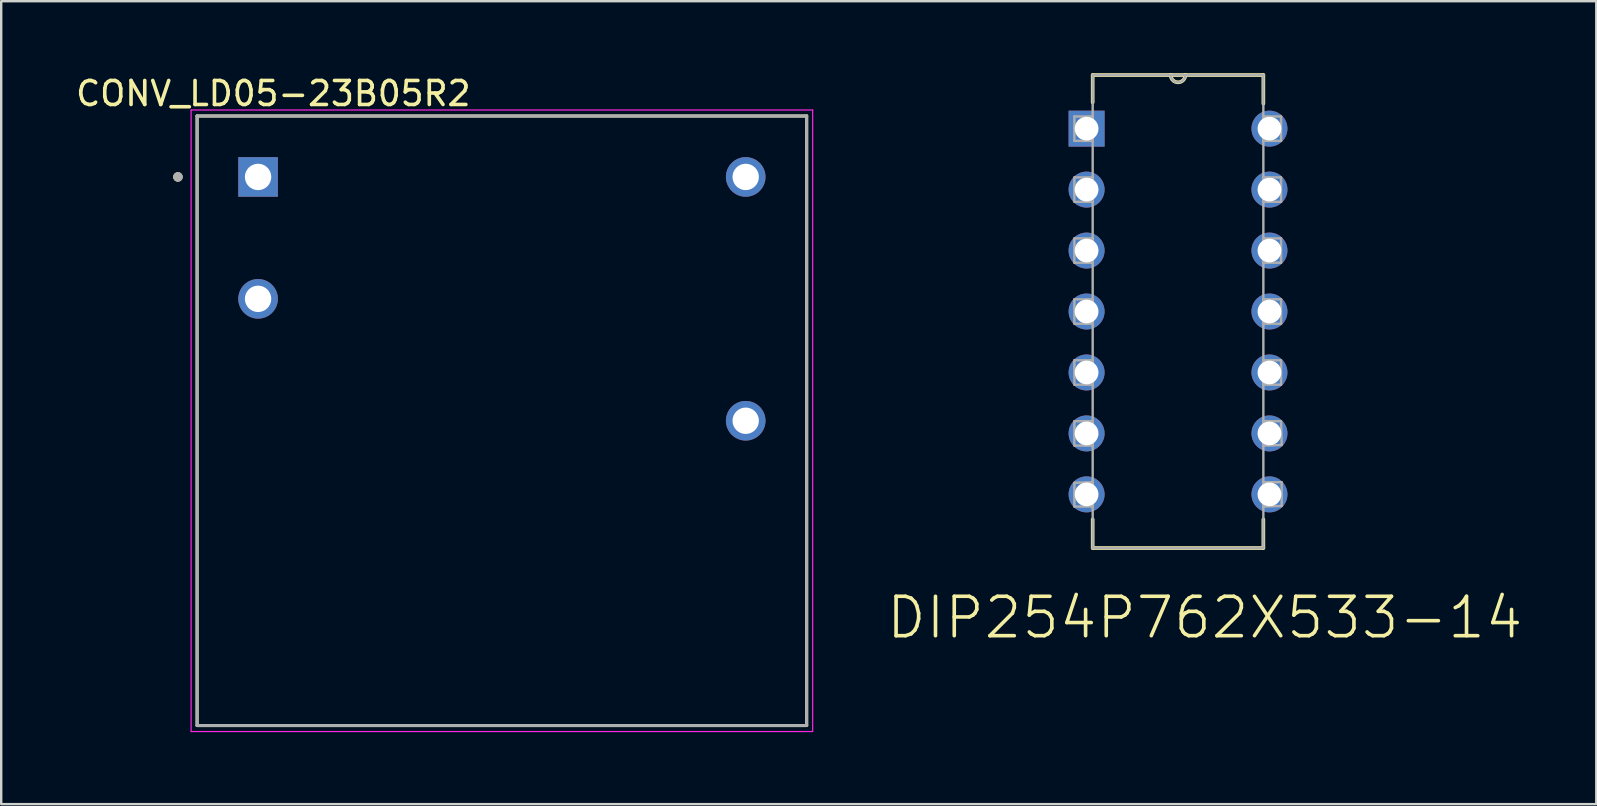
<source format=kicad_pcb>
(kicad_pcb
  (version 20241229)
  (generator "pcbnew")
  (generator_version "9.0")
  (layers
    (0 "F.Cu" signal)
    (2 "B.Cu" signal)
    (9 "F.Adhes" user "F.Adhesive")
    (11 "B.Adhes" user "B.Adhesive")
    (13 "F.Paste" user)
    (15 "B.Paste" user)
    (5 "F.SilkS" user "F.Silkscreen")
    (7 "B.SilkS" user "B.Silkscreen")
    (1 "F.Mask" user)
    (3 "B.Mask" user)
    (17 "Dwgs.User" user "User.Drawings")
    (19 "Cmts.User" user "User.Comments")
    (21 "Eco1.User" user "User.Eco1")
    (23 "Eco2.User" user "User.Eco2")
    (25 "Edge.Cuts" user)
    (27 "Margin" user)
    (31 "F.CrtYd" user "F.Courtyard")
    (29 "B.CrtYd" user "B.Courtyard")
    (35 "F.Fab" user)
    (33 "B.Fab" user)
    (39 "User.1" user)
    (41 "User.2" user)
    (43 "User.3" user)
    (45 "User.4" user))
  (footprint "CONV_LD05-23B05R2"
    (layer "F.Cu")
    (at 17.864 14.483)
    (property "Reference" "CONV_LD05-23B05R2" (at -9.525 -13.635 0) (layer "F.SilkS") (effects (font (size 1 1) (thickness 0.15))))
    (attr through_hole)
    (fp_line (start -12.7 -12.7) (end 12.7 -12.7) (stroke (width 0.127) (type solid)) (layer "F.SilkS"))
    (fp_line (start -12.7 12.7) (end -12.7 -12.7) (stroke (width 0.127) (type solid)) (layer "F.SilkS"))
    (fp_line (start 12.7 -12.7) (end 12.7 12.7) (stroke (width 0.127) (type solid)) (layer "F.SilkS"))
    (fp_line (start 12.7 12.7) (end -12.7 12.7) (stroke (width 0.127) (type solid)) (layer "F.SilkS"))
    (fp_circle (center -13.5 -10.16) (end -13.4 -10.16) (stroke (width 0.2) (type solid)) (fill no) (layer "F.SilkS"))
    (fp_line (start -12.95 -12.95) (end 12.95 -12.95) (stroke (width 0.05) (type solid)) (layer "F.CrtYd"))
    (fp_line (start -12.95 12.95) (end -12.95 -12.95) (stroke (width 0.05) (type solid)) (layer "F.CrtYd"))
    (fp_line (start 12.95 -12.95) (end 12.95 12.95) (stroke (width 0.05) (type solid)) (layer "F.CrtYd"))
    (fp_line (start 12.95 12.95) (end -12.95 12.95) (stroke (width 0.05) (type solid)) (layer "F.CrtYd"))
    (fp_line (start -12.7 -12.7) (end -12.7 12.7) (stroke (width 0.127) (type solid)) (layer "F.Fab"))
    (fp_line (start -12.7 -12.7) (end 12.7 -12.7) (stroke (width 0.127) (type solid)) (layer "F.Fab"))
    (fp_line (start -12.7 12.7) (end 12.7 12.7) (stroke (width 0.127) (type solid)) (layer "F.Fab"))
    (fp_line (start 12.7 12.7) (end 12.7 -12.7) (stroke (width 0.127) (type solid)) (layer "F.Fab"))
    (fp_circle (center -13.5 -10.16) (end -13.4 -10.16) (stroke (width 0.2) (type solid)) (fill no) (layer "F.Fab"))
    (pad "1" thru_hole rect (at -10.16 -10.16) (size 1.65 1.65) (drill 1.1) (layers "*.Cu" "*.Mask"))
    (pad "2" thru_hole circle (at -10.16 -5.08) (size 1.65 1.65) (drill 1.1) (layers "*.Cu" "*.Mask"))
    (pad "4" thru_hole circle (at 10.16 0) (size 1.65 1.65) (drill 1.1) (layers "*.Cu" "*.Mask"))
    (pad "5" thru_hole circle (at 10.16 -10.16) (size 1.65 1.65) (drill 1.1) (layers "*.Cu" "*.Mask")))
  (footprint "DIP254P762X533-14"
    (layer "F.Cu")
    (at 49.849 17.551)
    (property "Reference" "DIP254P762X533-14" (at -2.696 5.137 0) (layer "F.SilkS") (effects (font (size 1.642 1.642) (thickness 0.15))))
    (attr through_hole)
    (fp_line (start -7.366 -17.475) (end -7.366 -16.332) (stroke (width 0.152) (type solid)) (layer "F.SilkS"))
    (fp_line (start -7.366 1.041) (end -7.366 2.235) (stroke (width 0.152) (type solid)) (layer "F.SilkS"))
    (fp_line (start -7.366 2.235) (end -0.254 2.235) (stroke (width 0.152) (type solid)) (layer "F.SilkS"))
    (fp_line (start -4.115 -17.475) (end -7.366 -17.475) (stroke (width 0.152) (type solid)) (layer "F.SilkS"))
    (fp_line (start -3.505 -17.475) (end -4.115 -17.475) (stroke (width 0.152) (type solid)) (layer "F.SilkS"))
    (fp_line (start -0.254 -17.475) (end -3.505 -17.475) (stroke (width 0.152) (type solid)) (layer "F.SilkS"))
    (fp_line (start -0.254 -16.281) (end -0.254 -17.475) (stroke (width 0.152) (type solid)) (layer "F.SilkS"))
    (fp_line (start -0.254 2.235) (end -0.254 1.041) (stroke (width 0.152) (type solid)) (layer "F.SilkS"))
    (fp_arc (start -3.5052 -17.4752) (mid -3.81 -17.1704) (end -4.1148 -17.4752) (stroke (width 0.1524) (type solid)) (layer "F.SilkS"))
    (fp_line (start -8.128 -15.748) (end -8.128 -14.732) (stroke (width 0.1) (type solid)) (layer "F.Fab"))
    (fp_line (start -8.128 -14.732) (end -7.366 -14.732) (stroke (width 0.1) (type solid)) (layer "F.Fab"))
    (fp_line (start -8.128 -13.208) (end -8.128 -12.192) (stroke (width 0.1) (type solid)) (layer "F.Fab"))
    (fp_line (start -8.128 -12.192) (end -7.366 -12.192) (stroke (width 0.1) (type solid)) (layer "F.Fab"))
    (fp_line (start -8.128 -10.668) (end -8.128 -9.652) (stroke (width 0.1) (type solid)) (layer "F.Fab"))
    (fp_line (start -8.128 -9.652) (end -7.366 -9.652) (stroke (width 0.1) (type solid)) (layer "F.Fab"))
    (fp_line (start -8.128 -8.128) (end -8.128 -7.112) (stroke (width 0.1) (type solid)) (layer "F.Fab"))
    (fp_line (start -8.128 -7.112) (end -7.366 -7.112) (stroke (width 0.1) (type solid)) (layer "F.Fab"))
    (fp_line (start -8.128 -5.588) (end -8.128 -4.572) (stroke (width 0.1) (type solid)) (layer "F.Fab"))
    (fp_line (start -8.128 -4.572) (end -7.366 -4.572) (stroke (width 0.1) (type solid)) (layer "F.Fab"))
    (fp_line (start -8.128 -3.048) (end -8.128 -2.032) (stroke (width 0.1) (type solid)) (layer "F.Fab"))
    (fp_line (start -8.128 -2.032) (end -7.366 -2.032) (stroke (width 0.1) (type solid)) (layer "F.Fab"))
    (fp_line (start -8.128 -0.483) (end -8.128 0.508) (stroke (width 0.1) (type solid)) (layer "F.Fab"))
    (fp_line (start -8.128 0.508) (end -7.366 0.508) (stroke (width 0.1) (type solid)) (layer "F.Fab"))
    (fp_line (start -7.366 -17.475) (end -7.366 2.235) (stroke (width 0.1) (type solid)) (layer "F.Fab"))
    (fp_line (start -7.366 -15.748) (end -8.128 -15.748) (stroke (width 0.1) (type solid)) (layer "F.Fab"))
    (fp_line (start -7.366 -14.732) (end -7.366 -15.748) (stroke (width 0.1) (type solid)) (layer "F.Fab"))
    (fp_line (start -7.366 -13.208) (end -8.128 -13.208) (stroke (width 0.1) (type solid)) (layer "F.Fab"))
    (fp_line (start -7.366 -12.192) (end -7.366 -13.208) (stroke (width 0.1) (type solid)) (layer "F.Fab"))
    (fp_line (start -7.366 -10.668) (end -8.128 -10.668) (stroke (width 0.1) (type solid)) (layer "F.Fab"))
    (fp_line (start -7.366 -9.652) (end -7.366 -10.668) (stroke (width 0.1) (type solid)) (layer "F.Fab"))
    (fp_line (start -7.366 -8.128) (end -8.128 -8.128) (stroke (width 0.1) (type solid)) (layer "F.Fab"))
    (fp_line (start -7.366 -7.112) (end -7.366 -8.128) (stroke (width 0.1) (type solid)) (layer "F.Fab"))
    (fp_line (start -7.366 -5.588) (end -8.128 -5.588) (stroke (width 0.1) (type solid)) (layer "F.Fab"))
    (fp_line (start -7.366 -4.572) (end -7.366 -5.588) (stroke (width 0.1) (type solid)) (layer "F.Fab"))
    (fp_line (start -7.366 -3.048) (end -8.128 -3.048) (stroke (width 0.1) (type solid)) (layer "F.Fab"))
    (fp_line (start -7.366 -2.032) (end -7.366 -3.048) (stroke (width 0.1) (type solid)) (layer "F.Fab"))
    (fp_line (start -7.366 -0.508) (end -8.128 -0.483) (stroke (width 0.1) (type solid)) (layer "F.Fab"))
    (fp_line (start -7.366 0.508) (end -7.366 -0.508) (stroke (width 0.1) (type solid)) (layer "F.Fab"))
    (fp_line (start -7.366 2.235) (end -0.254 2.235) (stroke (width 0.1) (type solid)) (layer "F.Fab"))
    (fp_line (start -4.115 -17.475) (end -7.366 -17.475) (stroke (width 0.1) (type solid)) (layer "F.Fab"))
    (fp_line (start -3.505 -17.475) (end -4.115 -17.475) (stroke (width 0.1) (type solid)) (layer "F.Fab"))
    (fp_line (start -0.254 -17.475) (end -3.505 -17.475) (stroke (width 0.1) (type solid)) (layer "F.Fab"))
    (fp_line (start -0.254 -15.748) (end -0.254 -14.732) (stroke (width 0.1) (type solid)) (layer "F.Fab"))
    (fp_line (start -0.254 -14.732) (end 0.483 -14.732) (stroke (width 0.1) (type solid)) (layer "F.Fab"))
    (fp_line (start -0.254 -13.208) (end -0.254 -12.192) (stroke (width 0.1) (type solid)) (layer "F.Fab"))
    (fp_line (start -0.254 -12.192) (end 0.483 -12.192) (stroke (width 0.1) (type solid)) (layer "F.Fab"))
    (fp_line (start -0.254 -10.668) (end -0.254 -9.652) (stroke (width 0.1) (type solid)) (layer "F.Fab"))
    (fp_line (start -0.254 -9.652) (end 0.483 -9.652) (stroke (width 0.1) (type solid)) (layer "F.Fab"))
    (fp_line (start -0.254 -8.128) (end -0.254 -7.112) (stroke (width 0.1) (type solid)) (layer "F.Fab"))
    (fp_line (start -0.254 -7.112) (end 0.483 -7.112) (stroke (width 0.1) (type solid)) (layer "F.Fab"))
    (fp_line (start -0.254 -5.588) (end -0.254 -4.572) (stroke (width 0.1) (type solid)) (layer "F.Fab"))
    (fp_line (start -0.254 -4.572) (end 0.483 -4.572) (stroke (width 0.1) (type solid)) (layer "F.Fab"))
    (fp_line (start -0.254 -3.048) (end -0.254 -2.032) (stroke (width 0.1) (type solid)) (layer "F.Fab"))
    (fp_line (start -0.254 -2.032) (end 0.508 -2.057) (stroke (width 0.1) (type solid)) (layer "F.Fab"))
    (fp_line (start -0.254 -0.508) (end -0.254 0.508) (stroke (width 0.1) (type solid)) (layer "F.Fab"))
    (fp_line (start -0.254 0.508) (end 0.508 0.483) (stroke (width 0.1) (type solid)) (layer "F.Fab"))
    (fp_line (start -0.254 2.235) (end -0.254 -17.475) (stroke (width 0.1) (type solid)) (layer "F.Fab"))
    (fp_line (start 0.483 -15.748) (end -0.254 -15.748) (stroke (width 0.1) (type solid)) (layer "F.Fab"))
    (fp_line (start 0.483 -14.732) (end 0.483 -15.748) (stroke (width 0.1) (type solid)) (layer "F.Fab"))
    (fp_line (start 0.483 -13.208) (end -0.254 -13.208) (stroke (width 0.1) (type solid)) (layer "F.Fab"))
    (fp_line (start 0.483 -12.192) (end 0.483 -13.208) (stroke (width 0.1) (type solid)) (layer "F.Fab"))
    (fp_line (start 0.483 -10.668) (end -0.254 -10.668) (stroke (width 0.1) (type solid)) (layer "F.Fab"))
    (fp_line (start 0.483 -9.652) (end 0.483 -10.668) (stroke (width 0.1) (type solid)) (layer "F.Fab"))
    (fp_line (start 0.483 -8.128) (end -0.254 -8.128) (stroke (width 0.1) (type solid)) (layer "F.Fab"))
    (fp_line (start 0.483 -7.112) (end 0.483 -8.128) (stroke (width 0.1) (type solid)) (layer "F.Fab"))
    (fp_line (start 0.483 -5.588) (end -0.254 -5.588) (stroke (width 0.1) (type solid)) (layer "F.Fab"))
    (fp_line (start 0.483 -4.572) (end 0.483 -5.588) (stroke (width 0.1) (type solid)) (layer "F.Fab"))
    (fp_line (start 0.483 -3.048) (end -0.254 -3.048) (stroke (width 0.1) (type solid)) (layer "F.Fab"))
    (fp_line (start 0.508 -2.057) (end 0.483 -3.048) (stroke (width 0.1) (type solid)) (layer "F.Fab"))
    (fp_line (start 0.508 -0.508) (end -0.254 -0.508) (stroke (width 0.1) (type solid)) (layer "F.Fab"))
    (fp_line (start 0.508 0.483) (end 0.508 -0.508) (stroke (width 0.1) (type solid)) (layer "F.Fab"))
    (fp_arc (start -3.5052 -17.4752) (mid -3.81 -17.1704) (end -4.1148 -17.4752) (stroke (width 0.1) (type solid)) (layer "F.Fab"))
    (pad "1" thru_hole rect (at -7.62 -15.24) (size 1.499 1.499) (drill 0.991) (layers "*.Cu" "*.Mask"))
    (pad "2" thru_hole circle (at -7.62 -12.7) (size 1.499 1.499) (drill 0.991) (layers "*.Cu" "*.Mask"))
    (pad "3" thru_hole circle (at -7.62 -10.16) (size 1.499 1.499) (drill 0.991) (layers "*.Cu" "*.Mask"))
    (pad "4" thru_hole circle (at -7.62 -7.62) (size 1.499 1.499) (drill 0.991) (layers "*.Cu" "*.Mask"))
    (pad "5" thru_hole circle (at -7.62 -5.08) (size 1.499 1.499) (drill 0.991) (layers "*.Cu" "*.Mask"))
    (pad "6" thru_hole circle (at -7.62 -2.54) (size 1.499 1.499) (drill 0.991) (layers "*.Cu" "*.Mask"))
    (pad "7" thru_hole circle (at -7.62 0) (size 1.499 1.499) (drill 0.991) (layers "*.Cu" "*.Mask"))
    (pad "8" thru_hole circle (at 0 0) (size 1.499 1.499) (drill 0.991) (layers "*.Cu" "*.Mask"))
    (pad "9" thru_hole circle (at 0 -2.54) (size 1.499 1.499) (drill 0.991) (layers "*.Cu" "*.Mask"))
    (pad "10" thru_hole circle (at 0 -5.08) (size 1.499 1.499) (drill 0.991) (layers "*.Cu" "*.Mask"))
    (pad "11" thru_hole circle (at 0 -7.62) (size 1.499 1.499) (drill 0.991) (layers "*.Cu" "*.Mask"))
    (pad "12" thru_hole circle (at 0 -10.16) (size 1.499 1.499) (drill 0.991) (layers "*.Cu" "*.Mask"))
    (pad "13" thru_hole circle (at 0 -12.7) (size 1.499 1.499) (drill 0.991) (layers "*.Cu" "*.Mask"))
    (pad "14" thru_hole circle (at 0 -15.24) (size 1.499 1.499) (drill 0.991) (layers "*.Cu" "*.Mask")))
  (gr_rect
    (start -3 -3)
    (end 63.468 30.458)
    (stroke (width 0.1) (type default))
    (fill no)
    (layer "Edge.Cuts")))
</source>
